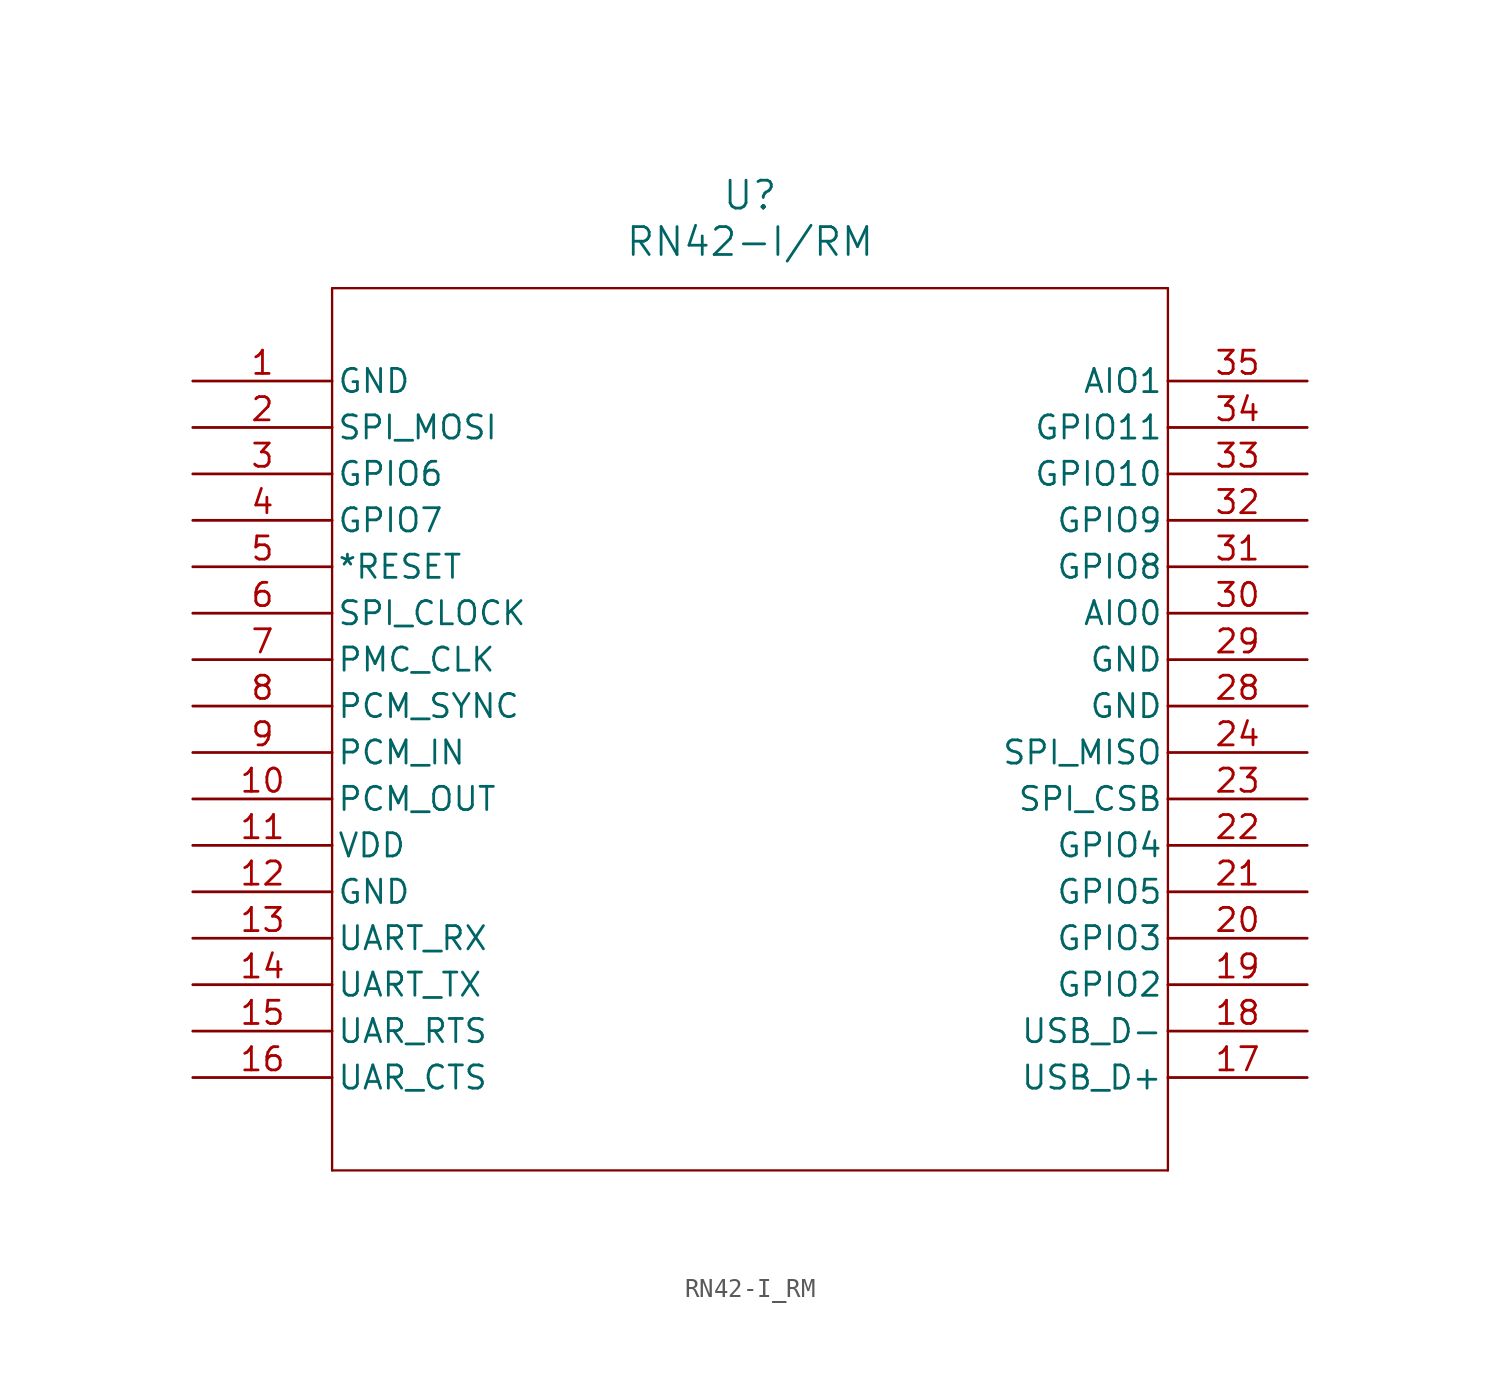
<source format=kicad_sym>
(kicad_symbol_lib
  (version 20211014)
  (generator kicad_symbol_editor)
  (symbol "RN42-I_RM"
    (pin_names
      (offset 0.254))
    (property "Reference" "U"
      (at 30.48 10.16 0)
      (effects (font (size 1.524 1.524))))
    (property "Value" "RN42-I/RM"
      (at 30.48 7.62 0)
      (effects (font (size 1.524 1.524))))
    (symbol "RN42-I_RM_0_1"
      (polyline (pts (xy 7.62 5.08) (xy 7.62 -43.18)) (stroke (width 0.127) (type default) (color 0 0 0 0)) (fill (type none)))
      (polyline (pts (xy 7.62 -43.18) (xy 53.34 -43.18)) (stroke (width 0.127) (type default) (color 0 0 0 0)) (fill (type none)))
      (polyline (pts (xy 53.34 -43.18) (xy 53.34 5.08)) (stroke (width 0.127) (type default) (color 0 0 0 0)) (fill (type none)))
      (polyline (pts (xy 53.34 5.08) (xy 7.62 5.08)) (stroke (width 0.127) (type default) (color 0 0 0 0)) (fill (type none)))
      (pin power_out line (at 0 0 0) (length 7.62) (name "GND" (effects (font (size 1.27 1.27)))) (number "1" (effects (font (size 1.27 1.27)))))
      (pin input line (at 0 -2.54 0) (length 7.62) (name "SPI_MOSI" (effects (font (size 1.27 1.27)))) (number "2" (effects (font (size 1.27 1.27)))))
      (pin input line (at 0 -5.08 0) (length 7.62) (name "GPIO6" (effects (font (size 1.27 1.27)))) (number "3" (effects (font (size 1.27 1.27)))))
      (pin bidirectional line (at 0 -7.62 0) (length 7.62) (name "GPIO7" (effects (font (size 1.27 1.27)))) (number "4" (effects (font (size 1.27 1.27)))))
      (pin input line (at 0 -10.16 0) (length 7.62) (name "*RESET" (effects (font (size 1.27 1.27)))) (number "5" (effects (font (size 1.27 1.27)))))
      (pin input line (at 0 -12.7 0) (length 7.62) (name "SPI_CLOCK" (effects (font (size 1.27 1.27)))) (number "6" (effects (font (size 1.27 1.27)))))
      (pin bidirectional line (at 0 -15.24 0) (length 7.62) (name "PMC_CLK" (effects (font (size 1.27 1.27)))) (number "7" (effects (font (size 1.27 1.27)))))
      (pin bidirectional line (at 0 -17.78 0) (length 7.62) (name "PCM_SYNC" (effects (font (size 1.27 1.27)))) (number "8" (effects (font (size 1.27 1.27)))))
      (pin input line (at 0 -20.32 0) (length 7.62) (name "PCM_IN" (effects (font (size 1.27 1.27)))) (number "9" (effects (font (size 1.27 1.27)))))
      (pin output line (at 0 -22.86 0) (length 7.62) (name "PCM_OUT" (effects (font (size 1.27 1.27)))) (number "10" (effects (font (size 1.27 1.27)))))
      (pin power_in line (at 0 -25.4 0) (length 7.62) (name "VDD" (effects (font (size 1.27 1.27)))) (number "11" (effects (font (size 1.27 1.27)))))
      (pin power_out line (at 0 -27.94 0) (length 7.62) (name "GND" (effects (font (size 1.27 1.27)))) (number "12" (effects (font (size 1.27 1.27)))))
      (pin input line (at 0 -30.48 0) (length 7.62) (name "UART_RX" (effects (font (size 1.27 1.27)))) (number "13" (effects (font (size 1.27 1.27)))))
      (pin output line (at 0 -33.02 0) (length 7.62) (name "UART_TX" (effects (font (size 1.27 1.27)))) (number "14" (effects (font (size 1.27 1.27)))))
      (pin output line (at 0 -35.56 0) (length 7.62) (name "UAR_RTS" (effects (font (size 1.27 1.27)))) (number "15" (effects (font (size 1.27 1.27)))))
      (pin input line (at 0 -38.1 0) (length 7.62) (name "UAR_CTS" (effects (font (size 1.27 1.27)))) (number "16" (effects (font (size 1.27 1.27)))))
      (pin bidirectional line (at 60.96 -38.1 180) (length 7.62) (name "USB_D+" (effects (font (size 1.27 1.27)))) (number "17" (effects (font (size 1.27 1.27)))))
      (pin bidirectional line (at 60.96 -35.56 180) (length 7.62) (name "USB_D-" (effects (font (size 1.27 1.27)))) (number "18" (effects (font (size 1.27 1.27)))))
      (pin bidirectional line (at 60.96 -33.02 180) (length 7.62) (name "GPIO2" (effects (font (size 1.27 1.27)))) (number "19" (effects (font (size 1.27 1.27)))))
      (pin input line (at 60.96 -30.48 180) (length 7.62) (name "GPIO3" (effects (font (size 1.27 1.27)))) (number "20" (effects (font (size 1.27 1.27)))))
      (pin bidirectional line (at 60.96 -27.94 180) (length 7.62) (name "GPIO5" (effects (font (size 1.27 1.27)))) (number "21" (effects (font (size 1.27 1.27)))))
      (pin bidirectional line (at 60.96 -25.4 180) (length 7.62) (name "GPIO4" (effects (font (size 1.27 1.27)))) (number "22" (effects (font (size 1.27 1.27)))))
      (pin input line (at 60.96 -22.86 180) (length 7.62) (name "SPI_CSB" (effects (font (size 1.27 1.27)))) (number "23" (effects (font (size 1.27 1.27)))))
      (pin output line (at 60.96 -20.32 180) (length 7.62) (name "SPI_MISO" (effects (font (size 1.27 1.27)))) (number "24" (effects (font (size 1.27 1.27)))))
      (pin power_out line (at 60.96 -17.78 180) (length 7.62) (name "GND" (effects (font (size 1.27 1.27)))) (number "28" (effects (font (size 1.27 1.27)))))
      (pin power_out line (at 60.96 -15.24 180) (length 7.62) (name "GND" (effects (font (size 1.27 1.27)))) (number "29" (effects (font (size 1.27 1.27)))))
      (pin unspecified line (at 60.96 -12.7 180) (length 7.62) (name "AIO0" (effects (font (size 1.27 1.27)))) (number "30" (effects (font (size 1.27 1.27)))))
      (pin bidirectional line (at 60.96 -10.16 180) (length 7.62) (name "GPIO8" (effects (font (size 1.27 1.27)))) (number "31" (effects (font (size 1.27 1.27)))))
      (pin bidirectional line (at 60.96 -7.62 180) (length 7.62) (name "GPIO9" (effects (font (size 1.27 1.27)))) (number "32" (effects (font (size 1.27 1.27)))))
      (pin bidirectional line (at 60.96 -5.08 180) (length 7.62) (name "GPIO10" (effects (font (size 1.27 1.27)))) (number "33" (effects (font (size 1.27 1.27)))))
      (pin bidirectional line (at 60.96 -2.54 180) (length 7.62) (name "GPIO11" (effects (font (size 1.27 1.27)))) (number "34" (effects (font (size 1.27 1.27)))))
      (pin unspecified line (at 60.96 0 180) (length 7.62) (name "AIO1" (effects (font (size 1.27 1.27)))) (number "35" (effects (font (size 1.27 1.27))))))))
</source>
